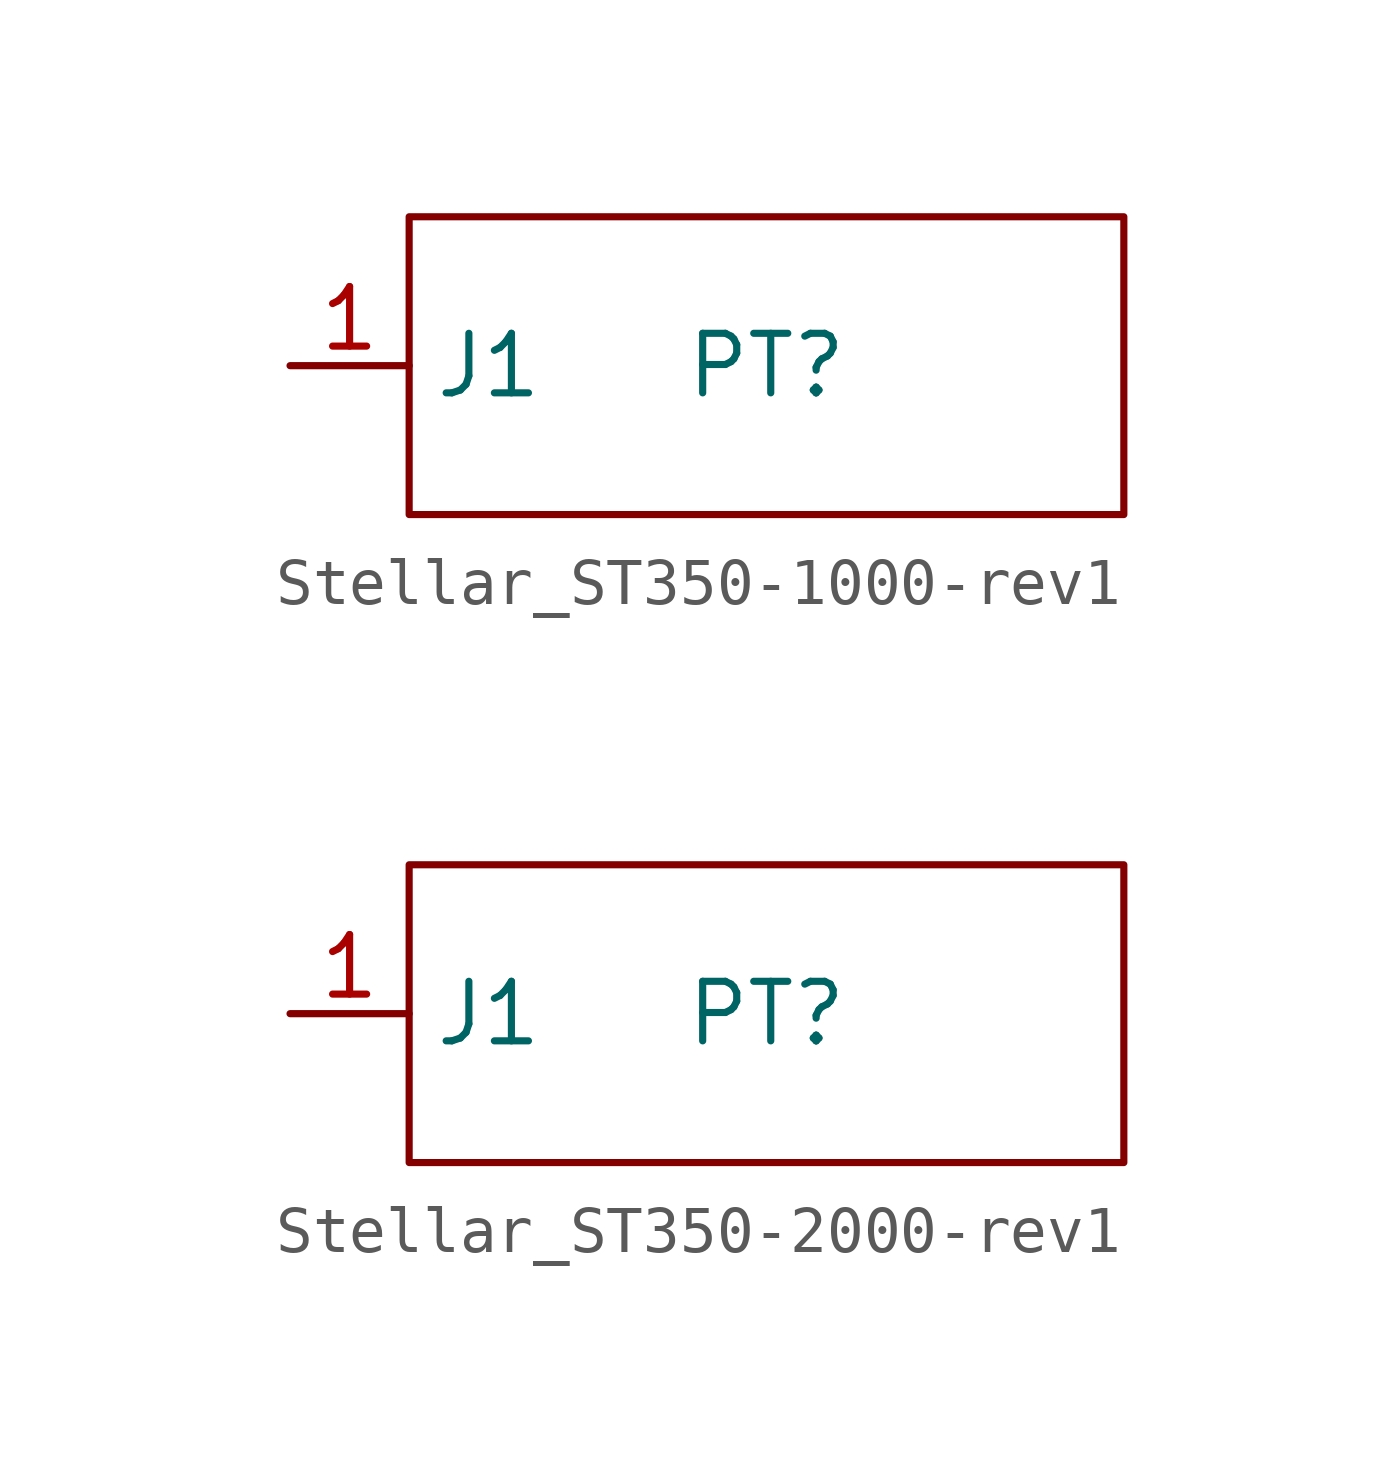
<source format=kicad_sym>
(kicad_symbol_lib
  (version 20241209)
  (generator "kicad_symbol_editor")
  (generator_version "9.0")
  (symbol "Stellar_ST350-1000-rev1"
    (property "Reference" "PT"
      (at 0 0 0)
      (effects (font (size 1.27 1.27))))
    (property "Value" ""
      (at 0 0 0)
      (effects (font (size 1.27 1.27))))
    (symbol "Stellar_ST350-1000-rev1_0_1"
      (rectangle (start -7.62 3.175) (end 7.62 -3.175) (stroke (width 0) (type default)) (fill (type none))))
    (symbol "Stellar_ST350-1000-rev1_1_1"
      (pin bidirectional line (at -10.16 0 0) (length 2.54) (name "J1" (effects (font (size 1.27 1.27)))) (number "1" (effects (font (size 1.27 1.27)))))))
  (symbol "Stellar_ST350-2000-rev1"
    (property "Reference" "PT"
      (at 0 0 0)
      (effects (font (size 1.27 1.27))))
    (property "Value" ""
      (at 0 0 0)
      (effects (font (size 1.27 1.27))))
    (symbol "Stellar_ST350-2000-rev1_0_1"
      (rectangle (start -7.62 3.175) (end 7.62 -3.175) (stroke (width 0) (type default)) (fill (type none))))
    (symbol "Stellar_ST350-2000-rev1_1_1"
      (pin bidirectional line (at -10.16 0 0) (length 2.54) (name "J1" (effects (font (size 1.27 1.27)))) (number "1" (effects (font (size 1.27 1.27))))))))
</source>
